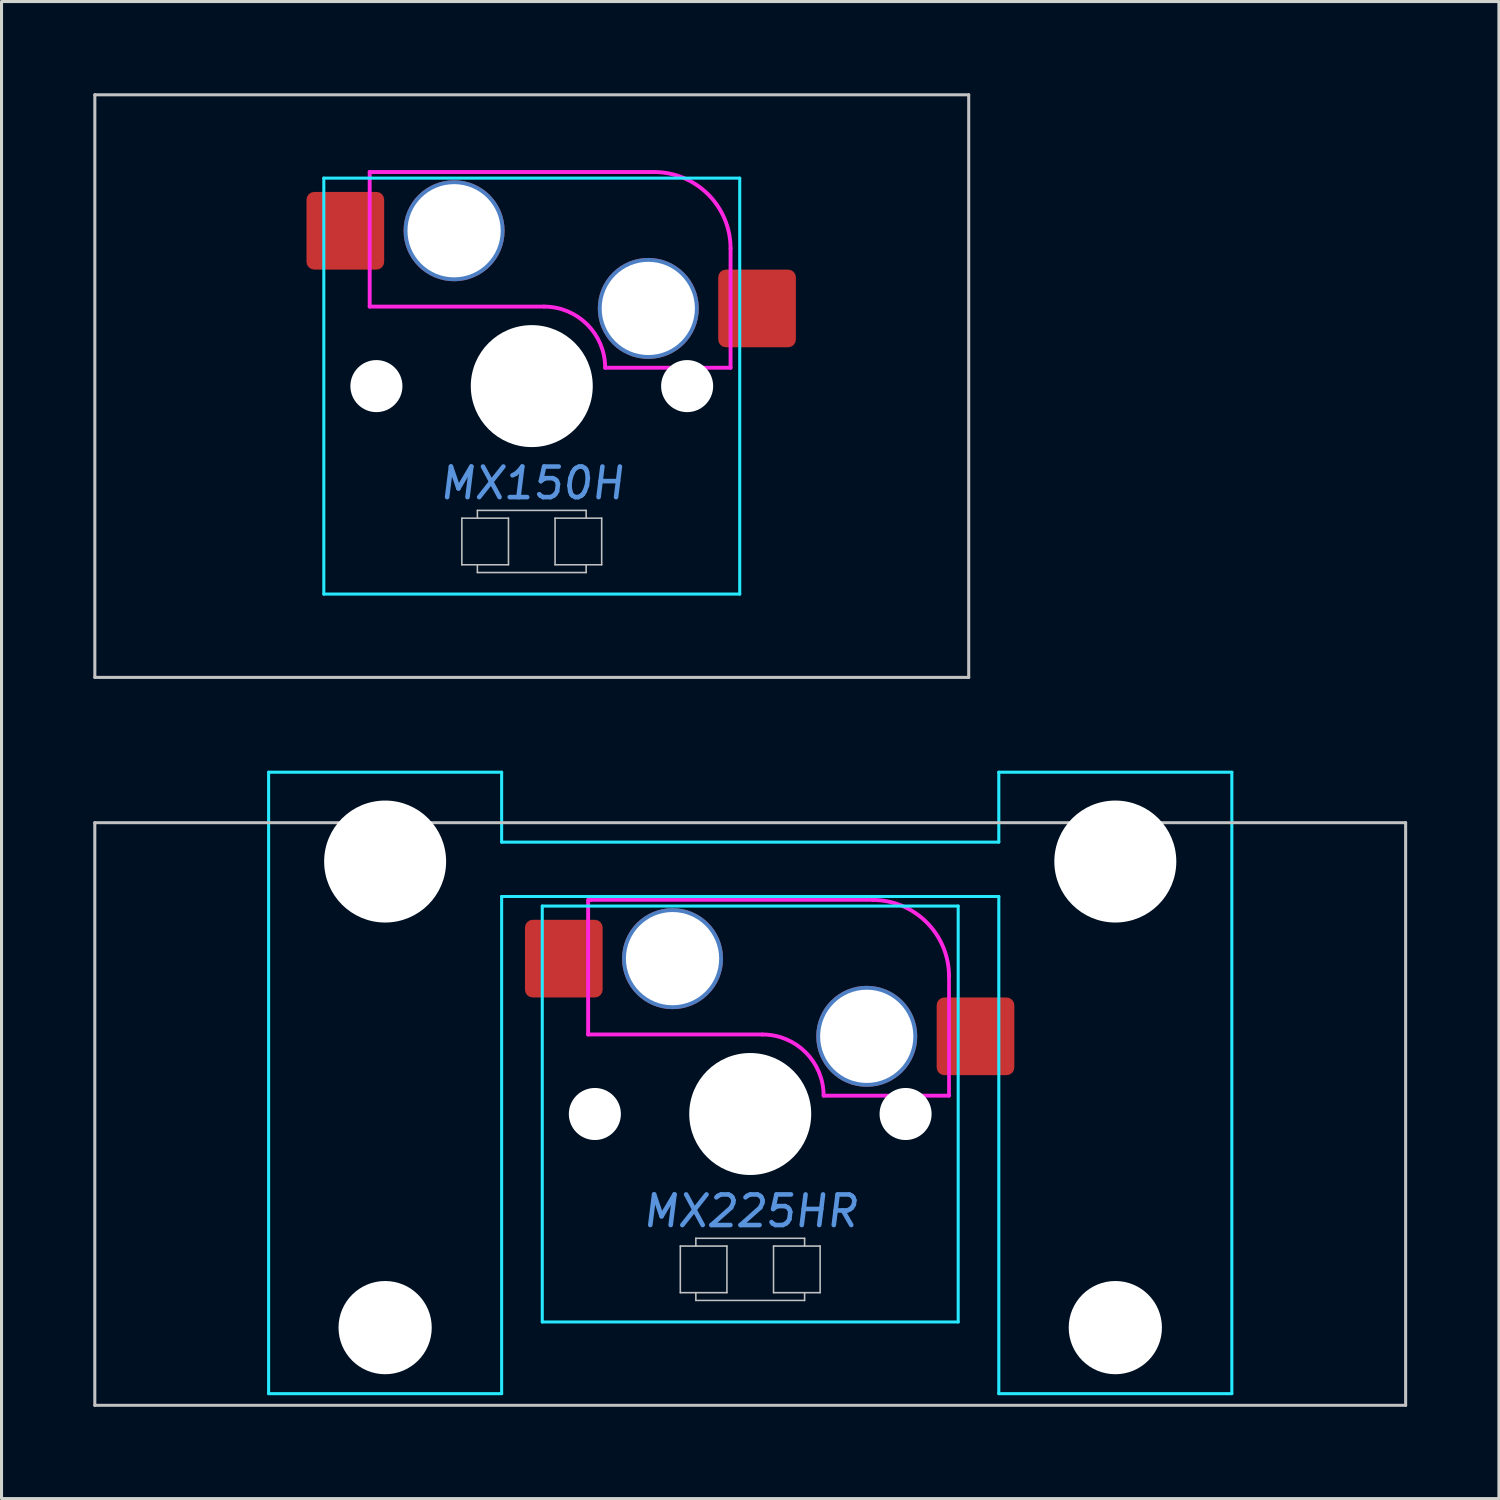
<source format=kicad_pcb>
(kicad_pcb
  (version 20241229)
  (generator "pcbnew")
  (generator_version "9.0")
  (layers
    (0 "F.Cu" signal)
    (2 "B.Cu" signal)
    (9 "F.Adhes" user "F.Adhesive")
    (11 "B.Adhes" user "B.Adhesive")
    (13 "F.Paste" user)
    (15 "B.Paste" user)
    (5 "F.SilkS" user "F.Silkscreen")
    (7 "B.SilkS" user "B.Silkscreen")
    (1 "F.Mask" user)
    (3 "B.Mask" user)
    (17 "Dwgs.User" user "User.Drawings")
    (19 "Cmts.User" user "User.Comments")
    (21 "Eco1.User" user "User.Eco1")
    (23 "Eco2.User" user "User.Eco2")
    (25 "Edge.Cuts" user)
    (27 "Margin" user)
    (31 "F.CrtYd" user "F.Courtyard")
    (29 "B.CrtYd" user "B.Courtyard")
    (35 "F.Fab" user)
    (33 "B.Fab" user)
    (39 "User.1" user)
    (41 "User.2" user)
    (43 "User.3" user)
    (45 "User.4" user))
  (footprint "MX225HR"
    (layer "F.Cu")
    (at 21.481 33.376)
    (property "Reference" "MX225HR" (at 0 3.175 0) (layer "Cmts.User") (effects (font (size 1 1) (thickness 0.15) (italic yes))))
    (attr smd)
    (fp_line (start -21.431 -9.525) (end -21.431 9.525) (stroke (width 0.1) (type solid)) (layer "Dwgs.User"))
    (fp_line (start -21.431 -9.525) (end 21.431 -9.525) (stroke (width 0.1) (type solid)) (layer "Dwgs.User"))
    (fp_line (start -21.431 9.525) (end 21.431 9.525) (stroke (width 0.1) (type solid)) (layer "Dwgs.User"))
    (fp_line (start -2.286 4.318) (end -0.762 4.318) (stroke (width 0.051) (type solid)) (layer "Dwgs.User"))
    (fp_line (start -2.286 5.842) (end -2.286 4.318) (stroke (width 0.051) (type solid)) (layer "Dwgs.User"))
    (fp_line (start -1.778 4.064) (end 1.778 4.064) (stroke (width 0.051) (type solid)) (layer "Dwgs.User"))
    (fp_line (start -1.778 4.318) (end -1.778 4.064) (stroke (width 0.051) (type solid)) (layer "Dwgs.User"))
    (fp_line (start -1.778 6.096) (end -1.778 5.842) (stroke (width 0.051) (type solid)) (layer "Dwgs.User"))
    (fp_line (start -0.762 4.318) (end -0.762 5.842) (stroke (width 0.051) (type solid)) (layer "Dwgs.User"))
    (fp_line (start -0.762 5.842) (end -2.286 5.842) (stroke (width 0.051) (type solid)) (layer "Dwgs.User"))
    (fp_line (start 0.762 4.318) (end 2.286 4.318) (stroke (width 0.051) (type solid)) (layer "Dwgs.User"))
    (fp_line (start 0.762 5.842) (end 0.762 4.318) (stroke (width 0.051) (type solid)) (layer "Dwgs.User"))
    (fp_line (start 1.778 4.064) (end 1.778 4.318) (stroke (width 0.051) (type solid)) (layer "Dwgs.User"))
    (fp_line (start 1.778 5.842) (end 1.778 6.096) (stroke (width 0.051) (type solid)) (layer "Dwgs.User"))
    (fp_line (start 1.778 6.096) (end -1.778 6.096) (stroke (width 0.051) (type solid)) (layer "Dwgs.User"))
    (fp_line (start 2.286 4.318) (end 2.286 5.842) (stroke (width 0.051) (type solid)) (layer "Dwgs.User"))
    (fp_line (start 2.286 5.842) (end 0.762 5.842) (stroke (width 0.051) (type solid)) (layer "Dwgs.User"))
    (fp_line (start 21.431 -9.525) (end 21.431 9.525) (stroke (width 0.1) (type solid)) (layer "Dwgs.User"))
    (fp_line (start -15.438 -8.515) (end -15.438 5.485) (stroke (width 0.1) (type solid)) (layer "Eco1.User"))
    (fp_line (start -14.938 -9.015) (end -8.938 -9.015) (stroke (width 0.1) (type solid)) (layer "Eco1.User"))
    (fp_line (start -8.938 5.985) (end -14.938 5.985) (stroke (width 0.1) (type solid)) (layer "Eco1.User"))
    (fp_line (start -8.438 5.485) (end -8.438 -8.515) (stroke (width 0.1) (type solid)) (layer "Eco1.User"))
    (fp_line (start -7 -6.5) (end -7 6.5) (stroke (width 0.1) (type solid)) (layer "Eco1.User"))
    (fp_line (start -6.5 7) (end 6.5 7) (stroke (width 0.1) (type solid)) (layer "Eco1.User"))
    (fp_line (start 6.5 -7) (end -6.5 -7) (stroke (width 0.1) (type solid)) (layer "Eco1.User"))
    (fp_line (start 7 6.5) (end 7 -6.5) (stroke (width 0.1) (type solid)) (layer "Eco1.User"))
    (fp_line (start 8.438 -8.515) (end 8.438 5.485) (stroke (width 0.1) (type solid)) (layer "Eco1.User"))
    (fp_line (start 8.938 -9.015) (end 14.938 -9.015) (stroke (width 0.1) (type solid)) (layer "Eco1.User"))
    (fp_line (start 14.938 5.985) (end 8.938 5.985) (stroke (width 0.1) (type solid)) (layer "Eco1.User"))
    (fp_line (start 15.438 5.485) (end 15.438 -8.515) (stroke (width 0.1) (type solid)) (layer "Eco1.User"))
    (fp_arc (start -15.438 -8.515) (mid -15.291553 -8.868553) (end -14.938 -9.015) (stroke (width 0.1) (type solid)) (layer "Eco1.User"))
    (fp_arc (start -14.938 5.985) (mid -15.291553 5.838553) (end -15.438 5.485) (stroke (width 0.1) (type solid)) (layer "Eco1.User"))
    (fp_arc (start -8.938 -9.015) (mid -8.584447 -8.868553) (end -8.438 -8.515) (stroke (width 0.1) (type solid)) (layer "Eco1.User"))
    (fp_arc (start -8.438 5.485) (mid -8.584447 5.838553) (end -8.938 5.985) (stroke (width 0.1) (type solid)) (layer "Eco1.User"))
    (fp_arc (start -7 -6.5) (mid -6.853553 -6.853553) (end -6.5 -7) (stroke (width 0.1) (type solid)) (layer "Eco1.User"))
    (fp_arc (start -6.5 7) (mid -6.853553 6.853553) (end -7 6.5) (stroke (width 0.1) (type solid)) (layer "Eco1.User"))
    (fp_arc (start 6.5 -7) (mid 6.853553 -6.853553) (end 7 -6.5) (stroke (width 0.1) (type solid)) (layer "Eco1.User"))
    (fp_arc (start 7 6.5) (mid 6.853553 6.853553) (end 6.5 7) (stroke (width 0.1) (type solid)) (layer "Eco1.User"))
    (fp_arc (start 8.438 -8.515) (mid 8.584447 -8.868553) (end 8.938 -9.015) (stroke (width 0.1) (type solid)) (layer "Eco1.User"))
    (fp_arc (start 8.938 5.985) (mid 8.584447 5.838553) (end 8.438 5.485) (stroke (width 0.1) (type solid)) (layer "Eco1.User"))
    (fp_arc (start 14.938 -9.015) (mid 15.291553 -8.868553) (end 15.438 -8.515) (stroke (width 0.1) (type solid)) (layer "Eco1.User"))
    (fp_arc (start 15.438 5.485) (mid 15.291553 5.838553) (end 14.938 5.985) (stroke (width 0.1) (type solid)) (layer "Eco1.User"))
    (fp_line (start -15.748 -11.176) (end -15.748 9.144) (stroke (width 0.1) (type solid)) (layer "B.CrtYd"))
    (fp_line (start -15.748 -11.176) (end -8.128 -11.176) (stroke (width 0.1) (type solid)) (layer "B.CrtYd"))
    (fp_line (start -8.128 -8.89) (end -8.128 -11.176) (stroke (width 0.1) (type solid)) (layer "B.CrtYd"))
    (fp_line (start -8.128 -7.112) (end -8.128 9.142) (stroke (width 0.1) (type solid)) (layer "B.CrtYd"))
    (fp_line (start -8.128 9.144) (end -15.748 9.144) (stroke (width 0.1) (type solid)) (layer "B.CrtYd"))
    (fp_line (start -6.8 -6.8) (end -6.8 6.8) (stroke (width 0.1) (type solid)) (layer "B.CrtYd"))
    (fp_line (start 6.8 -6.8) (end -6.8 -6.8) (stroke (width 0.1) (type solid)) (layer "B.CrtYd"))
    (fp_line (start 6.8 -6.8) (end 6.8 6.8) (stroke (width 0.1) (type solid)) (layer "B.CrtYd"))
    (fp_line (start 6.8 6.8) (end -6.8 6.8) (stroke (width 0.1) (type solid)) (layer "B.CrtYd"))
    (fp_line (start 8.128 -8.89) (end -8.128 -8.89) (stroke (width 0.1) (type solid)) (layer "B.CrtYd"))
    (fp_line (start 8.128 -8.89) (end 8.128 -11.176) (stroke (width 0.1) (type solid)) (layer "B.CrtYd"))
    (fp_line (start 8.128 -7.112) (end -8.128 -7.112) (stroke (width 0.1) (type solid)) (layer "B.CrtYd"))
    (fp_line (start 8.128 -7.112) (end 8.128 9.144) (stroke (width 0.1) (type solid)) (layer "B.CrtYd"))
    (fp_line (start 8.128 9.144) (end 15.748 9.144) (stroke (width 0.1) (type solid)) (layer "B.CrtYd"))
    (fp_line (start 15.748 -11.176) (end 8.128 -11.176) (stroke (width 0.1) (type solid)) (layer "B.CrtYd"))
    (fp_line (start 15.748 9.144) (end 15.748 -11.176) (stroke (width 0.1) (type solid)) (layer "B.CrtYd"))
    (fp_line (start -5.3 -7) (end -5.3 -2.6) (stroke (width 0.127) (type solid)) (layer "F.CrtYd"))
    (fp_line (start -5.2 -7) (end -5.3 -7) (stroke (width 0.12) (type solid)) (layer "F.CrtYd"))
    (fp_line (start 0.4 -2.6) (end -5.3 -2.6) (stroke (width 0.127) (type solid)) (layer "F.CrtYd"))
    (fp_line (start 4 -7) (end -5.2 -7) (stroke (width 0.12) (type solid)) (layer "F.CrtYd"))
    (fp_line (start 6.5 -4.5) (end 6.5 -0.6) (stroke (width 0.12) (type solid)) (layer "F.CrtYd"))
    (fp_line (start 6.5 -0.6) (end 2.4 -0.6) (stroke (width 0.127) (type solid)) (layer "F.CrtYd"))
    (fp_arc (start 0.4 -2.6) (mid 1.814214 -2.014214) (end 2.4 -0.6) (stroke (width 0.127) (type solid)) (layer "F.CrtYd"))
    (fp_arc (start 4 -7) (mid 5.767767 -6.267767) (end 6.5 -4.5) (stroke (width 0.127) (type solid)) (layer "F.CrtYd"))
    (pad "" np_thru_hole circle (at -11.938 -8.255 180) (size 3.988 3.988) (drill 3.988) (layers "*.Cu" "*.Mask"))
    (pad "" np_thru_hole circle (at -11.938 6.985 180) (size 3.048 3.048) (drill 3.048) (layers "*.Cu" "*.Mask"))
    (pad "" np_thru_hole circle (at -5.08 0) (size 1.702 1.702) (drill 1.702) (layers "*.Cu" "*.Mask"))
    (pad "" np_thru_hole circle (at -2.54 -5.08) (size 3.302 3.302) (drill 3.048) (layers "*.Cu" "*.Mask"))
    (pad "" np_thru_hole circle (at 0 0) (size 3.988 3.988) (drill 3.988) (layers "*.Cu" "*.Mask"))
    (pad "" np_thru_hole circle (at 3.81 -2.54) (size 3.302 3.302) (drill 3.048) (layers "*.Cu" "*.Mask"))
    (pad "" np_thru_hole circle (at 5.08 0) (size 1.702 1.702) (drill 1.702) (layers "*.Cu" "*.Mask"))
    (pad "" np_thru_hole circle (at 11.938 -8.255 180) (size 3.988 3.988) (drill 3.988) (layers "*.Cu" "*.Mask"))
    (pad "" np_thru_hole circle (at 11.938 6.985 180) (size 3.048 3.048) (drill 3.048) (layers "*.Cu" "*.Mask"))
    (pad "1" smd roundrect (at -6.096 -5.08) (size 2.54 2.54) (layers "F.Cu" "F.Mask") (roundrect_rratio 0.1))
    (pad "2" smd roundrect (at 7.366 -2.54) (size 2.54 2.54) (layers "F.Cu" "F.Mask") (roundrect_rratio 0.1)))
  (footprint "MX150H"
    (layer "F.Cu")
    (at 14.338 9.575)
    (property "Reference" "MX150H" (at 0 3.175 0) (layer "Cmts.User") (effects (font (size 1 1) (thickness 0.15) (italic yes))))
    (attr smd)
    (fp_line (start -14.287 -9.525) (end -14.287 9.525) (stroke (width 0.1) (type solid)) (layer "Dwgs.User"))
    (fp_line (start -14.287 -9.525) (end 14.287 -9.525) (stroke (width 0.1) (type solid)) (layer "Dwgs.User"))
    (fp_line (start -14.287 9.525) (end 14.287 9.525) (stroke (width 0.1) (type solid)) (layer "Dwgs.User"))
    (fp_line (start -2.286 4.318) (end -2.286 5.842) (stroke (width 0.051) (type solid)) (layer "Dwgs.User"))
    (fp_line (start -2.286 5.842) (end -0.762 5.842) (stroke (width 0.051) (type solid)) (layer "Dwgs.User"))
    (fp_line (start -1.778 4.064) (end -1.778 4.318) (stroke (width 0.051) (type solid)) (layer "Dwgs.User"))
    (fp_line (start -1.778 6.096) (end -1.778 5.842) (stroke (width 0.051) (type solid)) (layer "Dwgs.User"))
    (fp_line (start -1.778 6.096) (end 1.778 6.096) (stroke (width 0.051) (type solid)) (layer "Dwgs.User"))
    (fp_line (start -0.762 4.318) (end -2.286 4.318) (stroke (width 0.051) (type solid)) (layer "Dwgs.User"))
    (fp_line (start -0.762 5.842) (end -0.762 4.318) (stroke (width 0.051) (type solid)) (layer "Dwgs.User"))
    (fp_line (start 0.762 4.318) (end 2.286 4.318) (stroke (width 0.051) (type solid)) (layer "Dwgs.User"))
    (fp_line (start 0.762 5.842) (end 0.762 4.318) (stroke (width 0.051) (type solid)) (layer "Dwgs.User"))
    (fp_line (start 1.778 4.064) (end -1.778 4.064) (stroke (width 0.051) (type solid)) (layer "Dwgs.User"))
    (fp_line (start 1.778 4.318) (end 1.778 4.064) (stroke (width 0.051) (type solid)) (layer "Dwgs.User"))
    (fp_line (start 1.778 6.096) (end 1.778 5.842) (stroke (width 0.051) (type solid)) (layer "Dwgs.User"))
    (fp_line (start 2.286 4.318) (end 2.286 5.842) (stroke (width 0.051) (type solid)) (layer "Dwgs.User"))
    (fp_line (start 2.286 5.842) (end 0.762 5.842) (stroke (width 0.051) (type solid)) (layer "Dwgs.User"))
    (fp_line (start 14.287 9.525) (end 14.287 -9.525) (stroke (width 0.1) (type solid)) (layer "Dwgs.User"))
    (fp_line (start -7 -6.5) (end -7 6.5) (stroke (width 0.1) (type solid)) (layer "Eco1.User"))
    (fp_line (start -6.5 7) (end 6.5 7) (stroke (width 0.1) (type solid)) (layer "Eco1.User"))
    (fp_line (start 6.5 -7) (end -6.5 -7) (stroke (width 0.1) (type solid)) (layer "Eco1.User"))
    (fp_line (start 7 6.5) (end 7 -6.5) (stroke (width 0.1) (type solid)) (layer "Eco1.User"))
    (fp_arc (start -7 -6.5) (mid -6.853553 -6.853553) (end -6.5 -7) (stroke (width 0.1) (type solid)) (layer "Eco1.User"))
    (fp_arc (start -6.5 7) (mid -6.853553 6.853553) (end -7 6.5) (stroke (width 0.1) (type solid)) (layer "Eco1.User"))
    (fp_arc (start 6.5 -7) (mid 6.853553 -6.853553) (end 7 -6.5) (stroke (width 0.1) (type solid)) (layer "Eco1.User"))
    (fp_arc (start 7 6.5) (mid 6.853553 6.853553) (end 6.5 7) (stroke (width 0.1) (type solid)) (layer "Eco1.User"))
    (fp_line (start -6.8 -6.8) (end -6.8 6.8) (stroke (width 0.1) (type solid)) (layer "B.CrtYd"))
    (fp_line (start -6.8 -6.8) (end 6.8 -6.8) (stroke (width 0.1) (type solid)) (layer "B.CrtYd"))
    (fp_line (start 6.8 6.8) (end -6.8 6.8) (stroke (width 0.1) (type solid)) (layer "B.CrtYd"))
    (fp_line (start 6.8 6.8) (end 6.8 -6.8) (stroke (width 0.1) (type solid)) (layer "B.CrtYd"))
    (fp_line (start -5.3 -7) (end -5.3 -2.6) (stroke (width 0.127) (type solid)) (layer "F.CrtYd"))
    (fp_line (start -5.3 -7) (end 4 -7) (stroke (width 0.127) (type solid)) (layer "F.CrtYd"))
    (fp_line (start 0.4 -2.6) (end -5.3 -2.6) (stroke (width 0.127) (type solid)) (layer "F.CrtYd"))
    (fp_line (start 6.5 -4.5) (end 6.5 -0.6) (stroke (width 0.127) (type solid)) (layer "F.CrtYd"))
    (fp_line (start 6.5 -0.6) (end 2.4 -0.6) (stroke (width 0.127) (type solid)) (layer "F.CrtYd"))
    (fp_arc (start 0.4 -2.6) (mid 1.814214 -2.014214) (end 2.4 -0.6) (stroke (width 0.127) (type solid)) (layer "F.CrtYd"))
    (fp_arc (start 4 -7) (mid 5.767767 -6.267767) (end 6.5 -4.5) (stroke (width 0.127) (type solid)) (layer "F.CrtYd"))
    (pad "" np_thru_hole circle (at -5.08 0) (size 1.702 1.702) (drill 1.702) (layers "*.Cu" "*.Mask"))
    (pad "" np_thru_hole circle (at -2.54 -5.08) (size 3.302 3.302) (drill 3.048) (layers "*.Cu" "*.Mask"))
    (pad "" np_thru_hole circle (at 0 0) (size 3.988 3.988) (drill 3.988) (layers "*.Cu" "*.Mask"))
    (pad "" np_thru_hole circle (at 3.81 -2.54 90) (size 3.302 3.302) (drill 3.048) (layers "*.Cu" "*.Mask"))
    (pad "" np_thru_hole circle (at 5.08 0) (size 1.702 1.702) (drill 1.702) (layers "*.Cu" "*.Mask"))
    (pad "1" smd roundrect (at -6.096 -5.08) (size 2.54 2.54) (layers "F.Cu" "F.Mask") (roundrect_rratio 0.1))
    (pad "2" smd roundrect (at 7.366 -2.54) (size 2.54 2.54) (layers "F.Cu" "F.Mask") (roundrect_rratio 0.1)))
  (gr_rect
    (start -3 -3)
    (end 45.962 45.951)
    (stroke (width 0.1) (type default))
    (fill no)
    (layer "Edge.Cuts")))
</source>
